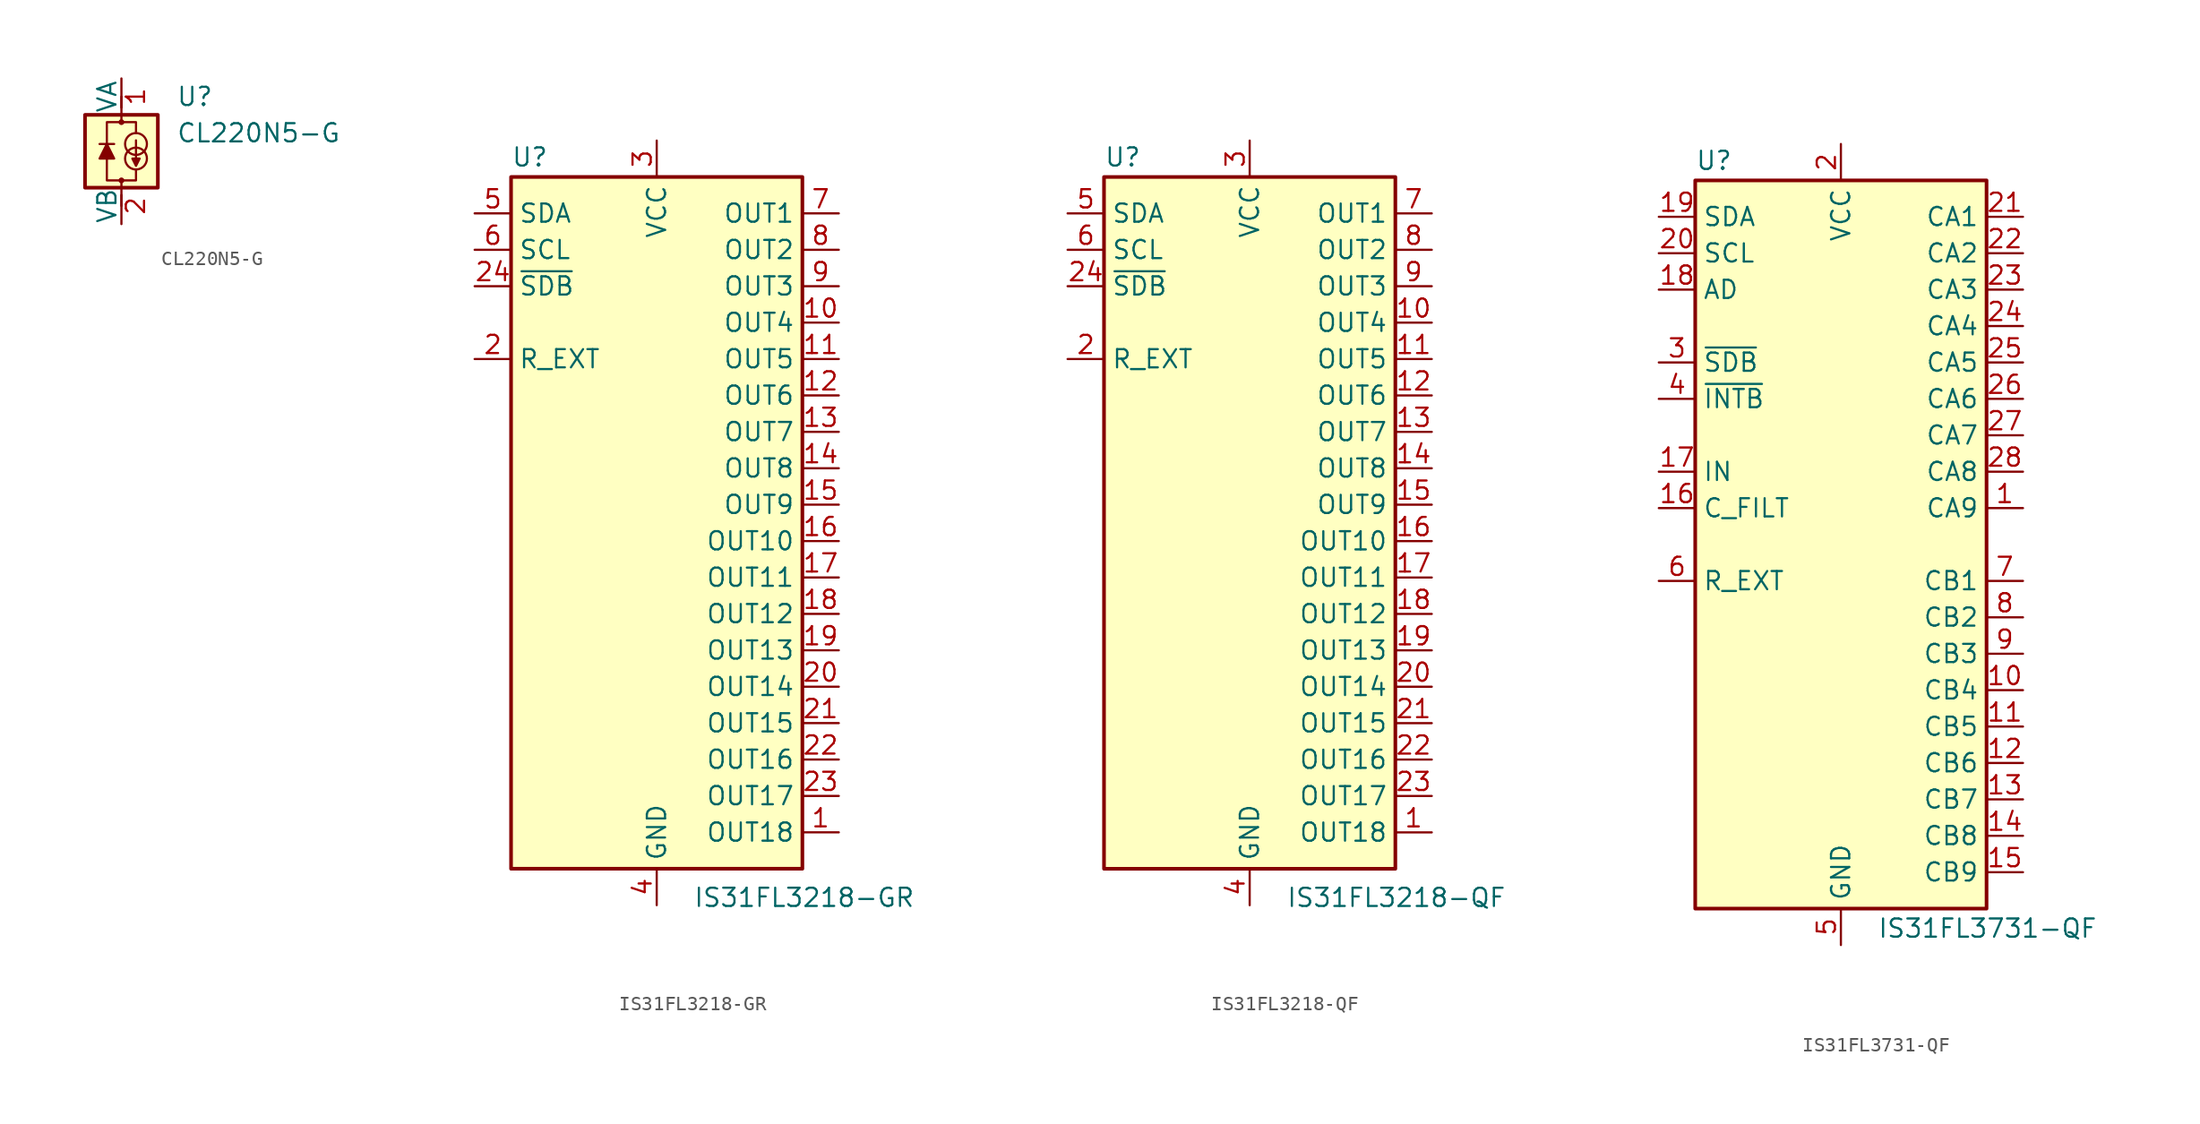
<source format=kicad_sym>
(kicad_symbol_lib
  (version 20201005)
  (generator kicad_symbol_editor)
  (symbol "CL220N5-G"
    (pin_names
      (offset 0))
    (property "Reference" "U"
      (at 3.81 3.81 0)
      (effects (font (size 1.27 1.27)) (justify left)))
    (property "Value" "CL220N5-G"
      (at 3.81 1.27 0)
      (effects (font (size 1.27 1.27)) (justify left)))
    (symbol "CL220N5-G_0_1"
      (circle (center 0 -2.032) (radius 0.127) (stroke (width 0)) (fill (type none)))
      (circle (center 0 2.032) (radius 0.127) (stroke (width 0)) (fill (type none)))
      (circle (center 1.016 -0.508) (radius 0.762) (stroke (width 0)) (fill (type none)))
      (circle (center 1.016 0.508) (radius 0.762) (stroke (width 0)) (fill (type none)))
      (rectangle (start -2.54 2.54) (end 2.54 -2.54) (stroke (width 0.254)) (fill (type background)))
      (polyline (pts (xy -1.524 0.508) (xy -0.508 0.508)) (stroke (width 0)) (fill (type none)))
      (polyline (pts (xy 0 -3.048) (xy 0 -3.81)) (stroke (width 0)) (fill (type none)))
      (polyline (pts (xy 0 -2.032) (xy 0 -2.54)) (stroke (width 0)) (fill (type none)))
      (polyline (pts (xy 0 2.032) (xy 0 2.54)) (stroke (width 0)) (fill (type none)))
      (polyline (pts (xy 0 3.048) (xy 0 3.81)) (stroke (width 0)) (fill (type none)))
      (polyline (pts (xy -1.016 -0.508) (xy -1.016 -2.032) (xy 1.016 -2.032) (xy 1.016 -1.27)) (stroke (width 0)) (fill (type none)))
      (polyline (pts (xy 1.016 1.27) (xy 1.016 2.032) (xy -1.016 2.032) (xy -1.016 0.508)) (stroke (width 0)) (fill (type none)))
      (polyline (pts (xy -1.016 0.508) (xy -1.524 -0.508) (xy -0.508 -0.508) (xy -1.016 0.508)) (stroke (width 0)) (fill (type outline)))
      (polyline (pts (xy 1.016 0.762) (xy 1.016 -1.016) (xy 0.762 -0.508) (xy 1.27 -0.508) (xy 1.016 -1.016)) (stroke (width 0)) (fill (type outline))))
    (symbol "CL220N5-G_1_1"
      (pin input line (at 0 5.08 270) (length 2.54) (name "VA" (effects (font (size 1.27 1.27)))) (number "1" (effects (font (size 1.27 1.27)))))
      (pin input line (at 0 -5.08 90) (length 2.54) (name "VB" (effects (font (size 1.27 1.27)))) (number "2" (effects (font (size 1.27 1.27)))))))
  (symbol "IS31FL3218-GR"
    (property "Reference" "U"
      (at -10.16 26.035 0)
      (effects (font (size 1.27 1.27)) (justify left bottom)))
    (property "Value" "IS31FL3218-GR"
      (at 2.54 -24.13 0)
      (effects (font (size 1.27 1.27)) (justify left top)))
    (symbol "IS31FL3218-GR_0_1"
      (rectangle (start -10.16 25.4) (end 10.16 -22.86) (stroke (width 0.254)) (fill (type background))))
    (symbol "IS31FL3218-GR_1_1"
      (pin open_collector line (at 12.7 -20.32 180) (length 2.54) (name "OUT18" (effects (font (size 1.27 1.27)))) (number "1" (effects (font (size 1.27 1.27)))))
      (pin open_collector line (at 12.7 15.24 180) (length 2.54) (name "OUT4" (effects (font (size 1.27 1.27)))) (number "10" (effects (font (size 1.27 1.27)))))
      (pin open_collector line (at 12.7 12.7 180) (length 2.54) (name "OUT5" (effects (font (size 1.27 1.27)))) (number "11" (effects (font (size 1.27 1.27)))))
      (pin open_collector line (at 12.7 10.16 180) (length 2.54) (name "OUT6" (effects (font (size 1.27 1.27)))) (number "12" (effects (font (size 1.27 1.27)))))
      (pin open_collector line (at 12.7 7.62 180) (length 2.54) (name "OUT7" (effects (font (size 1.27 1.27)))) (number "13" (effects (font (size 1.27 1.27)))))
      (pin open_collector line (at 12.7 5.08 180) (length 2.54) (name "OUT8" (effects (font (size 1.27 1.27)))) (number "14" (effects (font (size 1.27 1.27)))))
      (pin open_collector line (at 12.7 2.54 180) (length 2.54) (name "OUT9" (effects (font (size 1.27 1.27)))) (number "15" (effects (font (size 1.27 1.27)))))
      (pin open_collector line (at 12.7 0 180) (length 2.54) (name "OUT10" (effects (font (size 1.27 1.27)))) (number "16" (effects (font (size 1.27 1.27)))))
      (pin open_collector line (at 12.7 -2.54 180) (length 2.54) (name "OUT11" (effects (font (size 1.27 1.27)))) (number "17" (effects (font (size 1.27 1.27)))))
      (pin open_collector line (at 12.7 -5.08 180) (length 2.54) (name "OUT12" (effects (font (size 1.27 1.27)))) (number "18" (effects (font (size 1.27 1.27)))))
      (pin open_collector line (at 12.7 -7.62 180) (length 2.54) (name "OUT13" (effects (font (size 1.27 1.27)))) (number "19" (effects (font (size 1.27 1.27)))))
      (pin passive line (at -12.7 12.7 0) (length 2.54) (name "R_EXT" (effects (font (size 1.27 1.27)))) (number "2" (effects (font (size 1.27 1.27)))))
      (pin open_collector line (at 12.7 -10.16 180) (length 2.54) (name "OUT14" (effects (font (size 1.27 1.27)))) (number "20" (effects (font (size 1.27 1.27)))))
      (pin open_collector line (at 12.7 -12.7 180) (length 2.54) (name "OUT15" (effects (font (size 1.27 1.27)))) (number "21" (effects (font (size 1.27 1.27)))))
      (pin open_collector line (at 12.7 -15.24 180) (length 2.54) (name "OUT16" (effects (font (size 1.27 1.27)))) (number "22" (effects (font (size 1.27 1.27)))))
      (pin open_collector line (at 12.7 -17.78 180) (length 2.54) (name "OUT17" (effects (font (size 1.27 1.27)))) (number "23" (effects (font (size 1.27 1.27)))))
      (pin input line (at -12.7 17.78 0) (length 2.54) (name "~SDB" (effects (font (size 1.27 1.27)))) (number "24" (effects (font (size 1.27 1.27)))))
      (pin power_in line (at 0 27.94 270) (length 2.54) (name "VCC" (effects (font (size 1.27 1.27)))) (number "3" (effects (font (size 1.27 1.27)))))
      (pin power_in line (at 0 -25.4 90) (length 2.54) (name "GND" (effects (font (size 1.27 1.27)))) (number "4" (effects (font (size 1.27 1.27)))))
      (pin bidirectional line (at -12.7 22.86 0) (length 2.54) (name "SDA" (effects (font (size 1.27 1.27)))) (number "5" (effects (font (size 1.27 1.27)))))
      (pin input line (at -12.7 20.32 0) (length 2.54) (name "SCL" (effects (font (size 1.27 1.27)))) (number "6" (effects (font (size 1.27 1.27)))))
      (pin open_collector line (at 12.7 22.86 180) (length 2.54) (name "OUT1" (effects (font (size 1.27 1.27)))) (number "7" (effects (font (size 1.27 1.27)))))
      (pin open_collector line (at 12.7 20.32 180) (length 2.54) (name "OUT2" (effects (font (size 1.27 1.27)))) (number "8" (effects (font (size 1.27 1.27)))))
      (pin open_collector line (at 12.7 17.78 180) (length 2.54) (name "OUT3" (effects (font (size 1.27 1.27)))) (number "9" (effects (font (size 1.27 1.27)))))))
  (symbol "IS31FL3218-QF"
    (property "Reference" "U"
      (at -10.16 26.035 0)
      (effects (font (size 1.27 1.27)) (justify left bottom)))
    (property "Value" "IS31FL3218-QF"
      (at 2.54 -24.13 0)
      (effects (font (size 1.27 1.27)) (justify left top)))
    (symbol "IS31FL3218-QF_0_1"
      (rectangle (start -10.16 25.4) (end 10.16 -22.86) (stroke (width 0.254)) (fill (type background))))
    (symbol "IS31FL3218-QF_1_1"
      (pin open_collector line (at 12.7 -20.32 180) (length 2.54) (name "OUT18" (effects (font (size 1.27 1.27)))) (number "1" (effects (font (size 1.27 1.27)))))
      (pin open_collector line (at 12.7 15.24 180) (length 2.54) (name "OUT4" (effects (font (size 1.27 1.27)))) (number "10" (effects (font (size 1.27 1.27)))))
      (pin open_collector line (at 12.7 12.7 180) (length 2.54) (name "OUT5" (effects (font (size 1.27 1.27)))) (number "11" (effects (font (size 1.27 1.27)))))
      (pin open_collector line (at 12.7 10.16 180) (length 2.54) (name "OUT6" (effects (font (size 1.27 1.27)))) (number "12" (effects (font (size 1.27 1.27)))))
      (pin open_collector line (at 12.7 7.62 180) (length 2.54) (name "OUT7" (effects (font (size 1.27 1.27)))) (number "13" (effects (font (size 1.27 1.27)))))
      (pin open_collector line (at 12.7 5.08 180) (length 2.54) (name "OUT8" (effects (font (size 1.27 1.27)))) (number "14" (effects (font (size 1.27 1.27)))))
      (pin open_collector line (at 12.7 2.54 180) (length 2.54) (name "OUT9" (effects (font (size 1.27 1.27)))) (number "15" (effects (font (size 1.27 1.27)))))
      (pin open_collector line (at 12.7 0 180) (length 2.54) (name "OUT10" (effects (font (size 1.27 1.27)))) (number "16" (effects (font (size 1.27 1.27)))))
      (pin open_collector line (at 12.7 -2.54 180) (length 2.54) (name "OUT11" (effects (font (size 1.27 1.27)))) (number "17" (effects (font (size 1.27 1.27)))))
      (pin open_collector line (at 12.7 -5.08 180) (length 2.54) (name "OUT12" (effects (font (size 1.27 1.27)))) (number "18" (effects (font (size 1.27 1.27)))))
      (pin open_collector line (at 12.7 -7.62 180) (length 2.54) (name "OUT13" (effects (font (size 1.27 1.27)))) (number "19" (effects (font (size 1.27 1.27)))))
      (pin passive line (at -12.7 12.7 0) (length 2.54) (name "R_EXT" (effects (font (size 1.27 1.27)))) (number "2" (effects (font (size 1.27 1.27)))))
      (pin open_collector line (at 12.7 -10.16 180) (length 2.54) (name "OUT14" (effects (font (size 1.27 1.27)))) (number "20" (effects (font (size 1.27 1.27)))))
      (pin open_collector line (at 12.7 -12.7 180) (length 2.54) (name "OUT15" (effects (font (size 1.27 1.27)))) (number "21" (effects (font (size 1.27 1.27)))))
      (pin open_collector line (at 12.7 -15.24 180) (length 2.54) (name "OUT16" (effects (font (size 1.27 1.27)))) (number "22" (effects (font (size 1.27 1.27)))))
      (pin open_collector line (at 12.7 -17.78 180) (length 2.54) (name "OUT17" (effects (font (size 1.27 1.27)))) (number "23" (effects (font (size 1.27 1.27)))))
      (pin input line (at -12.7 17.78 0) (length 2.54) (name "~SDB" (effects (font (size 1.27 1.27)))) (number "24" (effects (font (size 1.27 1.27)))))
      (pin passive line (at 0 -25.4 90) (length 2.54) hide (name "GND" (effects (font (size 1.27 1.27)))) (number "25" (effects (font (size 1.27 1.27)))))
      (pin power_in line (at 0 27.94 270) (length 2.54) (name "VCC" (effects (font (size 1.27 1.27)))) (number "3" (effects (font (size 1.27 1.27)))))
      (pin power_in line (at 0 -25.4 90) (length 2.54) (name "GND" (effects (font (size 1.27 1.27)))) (number "4" (effects (font (size 1.27 1.27)))))
      (pin bidirectional line (at -12.7 22.86 0) (length 2.54) (name "SDA" (effects (font (size 1.27 1.27)))) (number "5" (effects (font (size 1.27 1.27)))))
      (pin input line (at -12.7 20.32 0) (length 2.54) (name "SCL" (effects (font (size 1.27 1.27)))) (number "6" (effects (font (size 1.27 1.27)))))
      (pin open_collector line (at 12.7 22.86 180) (length 2.54) (name "OUT1" (effects (font (size 1.27 1.27)))) (number "7" (effects (font (size 1.27 1.27)))))
      (pin open_collector line (at 12.7 20.32 180) (length 2.54) (name "OUT2" (effects (font (size 1.27 1.27)))) (number "8" (effects (font (size 1.27 1.27)))))
      (pin open_collector line (at 12.7 17.78 180) (length 2.54) (name "OUT3" (effects (font (size 1.27 1.27)))) (number "9" (effects (font (size 1.27 1.27)))))))
  (symbol "IS31FL3731-QF"
    (property "Reference" "U"
      (at -10.16 26.035 0)
      (effects (font (size 1.27 1.27)) (justify left bottom)))
    (property "Value" "IS31FL3731-QF"
      (at 2.54 -26.035 0)
      (effects (font (size 1.27 1.27)) (justify left top)))
    (symbol "IS31FL3731-QF_0_1"
      (rectangle (start -10.16 25.4) (end 10.16 -25.4) (stroke (width 0.254)) (fill (type background))))
    (symbol "IS31FL3731-QF_1_1"
      (pin bidirectional line (at 12.7 2.54 180) (length 2.54) (name "CA9" (effects (font (size 1.27 1.27)))) (number "1" (effects (font (size 1.27 1.27)))))
      (pin bidirectional line (at 12.7 -10.16 180) (length 2.54) (name "CB4" (effects (font (size 1.27 1.27)))) (number "10" (effects (font (size 1.27 1.27)))))
      (pin bidirectional line (at 12.7 -12.7 180) (length 2.54) (name "CB5" (effects (font (size 1.27 1.27)))) (number "11" (effects (font (size 1.27 1.27)))))
      (pin bidirectional line (at 12.7 -15.24 180) (length 2.54) (name "CB6" (effects (font (size 1.27 1.27)))) (number "12" (effects (font (size 1.27 1.27)))))
      (pin bidirectional line (at 12.7 -17.78 180) (length 2.54) (name "CB7" (effects (font (size 1.27 1.27)))) (number "13" (effects (font (size 1.27 1.27)))))
      (pin bidirectional line (at 12.7 -20.32 180) (length 2.54) (name "CB8" (effects (font (size 1.27 1.27)))) (number "14" (effects (font (size 1.27 1.27)))))
      (pin bidirectional line (at 12.7 -22.86 180) (length 2.54) (name "CB9" (effects (font (size 1.27 1.27)))) (number "15" (effects (font (size 1.27 1.27)))))
      (pin passive line (at -12.7 2.54 0) (length 2.54) (name "C_FILT" (effects (font (size 1.27 1.27)))) (number "16" (effects (font (size 1.27 1.27)))))
      (pin input line (at -12.7 5.08 0) (length 2.54) (name "IN" (effects (font (size 1.27 1.27)))) (number "17" (effects (font (size 1.27 1.27)))))
      (pin input line (at -12.7 17.78 0) (length 2.54) (name "AD" (effects (font (size 1.27 1.27)))) (number "18" (effects (font (size 1.27 1.27)))))
      (pin bidirectional line (at -12.7 22.86 0) (length 2.54) (name "SDA" (effects (font (size 1.27 1.27)))) (number "19" (effects (font (size 1.27 1.27)))))
      (pin power_in line (at 0 27.94 270) (length 2.54) (name "VCC" (effects (font (size 1.27 1.27)))) (number "2" (effects (font (size 1.27 1.27)))))
      (pin input line (at -12.7 20.32 0) (length 2.54) (name "SCL" (effects (font (size 1.27 1.27)))) (number "20" (effects (font (size 1.27 1.27)))))
      (pin bidirectional line (at 12.7 22.86 180) (length 2.54) (name "CA1" (effects (font (size 1.27 1.27)))) (number "21" (effects (font (size 1.27 1.27)))))
      (pin bidirectional line (at 12.7 20.32 180) (length 2.54) (name "CA2" (effects (font (size 1.27 1.27)))) (number "22" (effects (font (size 1.27 1.27)))))
      (pin bidirectional line (at 12.7 17.78 180) (length 2.54) (name "CA3" (effects (font (size 1.27 1.27)))) (number "23" (effects (font (size 1.27 1.27)))))
      (pin bidirectional line (at 12.7 15.24 180) (length 2.54) (name "CA4" (effects (font (size 1.27 1.27)))) (number "24" (effects (font (size 1.27 1.27)))))
      (pin bidirectional line (at 12.7 12.7 180) (length 2.54) (name "CA5" (effects (font (size 1.27 1.27)))) (number "25" (effects (font (size 1.27 1.27)))))
      (pin bidirectional line (at 12.7 10.16 180) (length 2.54) (name "CA6" (effects (font (size 1.27 1.27)))) (number "26" (effects (font (size 1.27 1.27)))))
      (pin bidirectional line (at 12.7 7.62 180) (length 2.54) (name "CA7" (effects (font (size 1.27 1.27)))) (number "27" (effects (font (size 1.27 1.27)))))
      (pin bidirectional line (at 12.7 5.08 180) (length 2.54) (name "CA8" (effects (font (size 1.27 1.27)))) (number "28" (effects (font (size 1.27 1.27)))))
      (pin passive line (at 0 -27.94 90) (length 2.54) hide (name "GND" (effects (font (size 1.27 1.27)))) (number "29" (effects (font (size 1.27 1.27)))))
      (pin input line (at -12.7 12.7 0) (length 2.54) (name "~SDB" (effects (font (size 1.27 1.27)))) (number "3" (effects (font (size 1.27 1.27)))))
      (pin open_collector line (at -12.7 10.16 0) (length 2.54) (name "~INTB" (effects (font (size 1.27 1.27)))) (number "4" (effects (font (size 1.27 1.27)))))
      (pin power_in line (at 0 -27.94 90) (length 2.54) (name "GND" (effects (font (size 1.27 1.27)))) (number "5" (effects (font (size 1.27 1.27)))))
      (pin passive line (at -12.7 -2.54 0) (length 2.54) (name "R_EXT" (effects (font (size 1.27 1.27)))) (number "6" (effects (font (size 1.27 1.27)))))
      (pin bidirectional line (at 12.7 -2.54 180) (length 2.54) (name "CB1" (effects (font (size 1.27 1.27)))) (number "7" (effects (font (size 1.27 1.27)))))
      (pin bidirectional line (at 12.7 -5.08 180) (length 2.54) (name "CB2" (effects (font (size 1.27 1.27)))) (number "8" (effects (font (size 1.27 1.27)))))
      (pin bidirectional line (at 12.7 -7.62 180) (length 2.54) (name "CB3" (effects (font (size 1.27 1.27)))) (number "9" (effects (font (size 1.27 1.27))))))))
</source>
